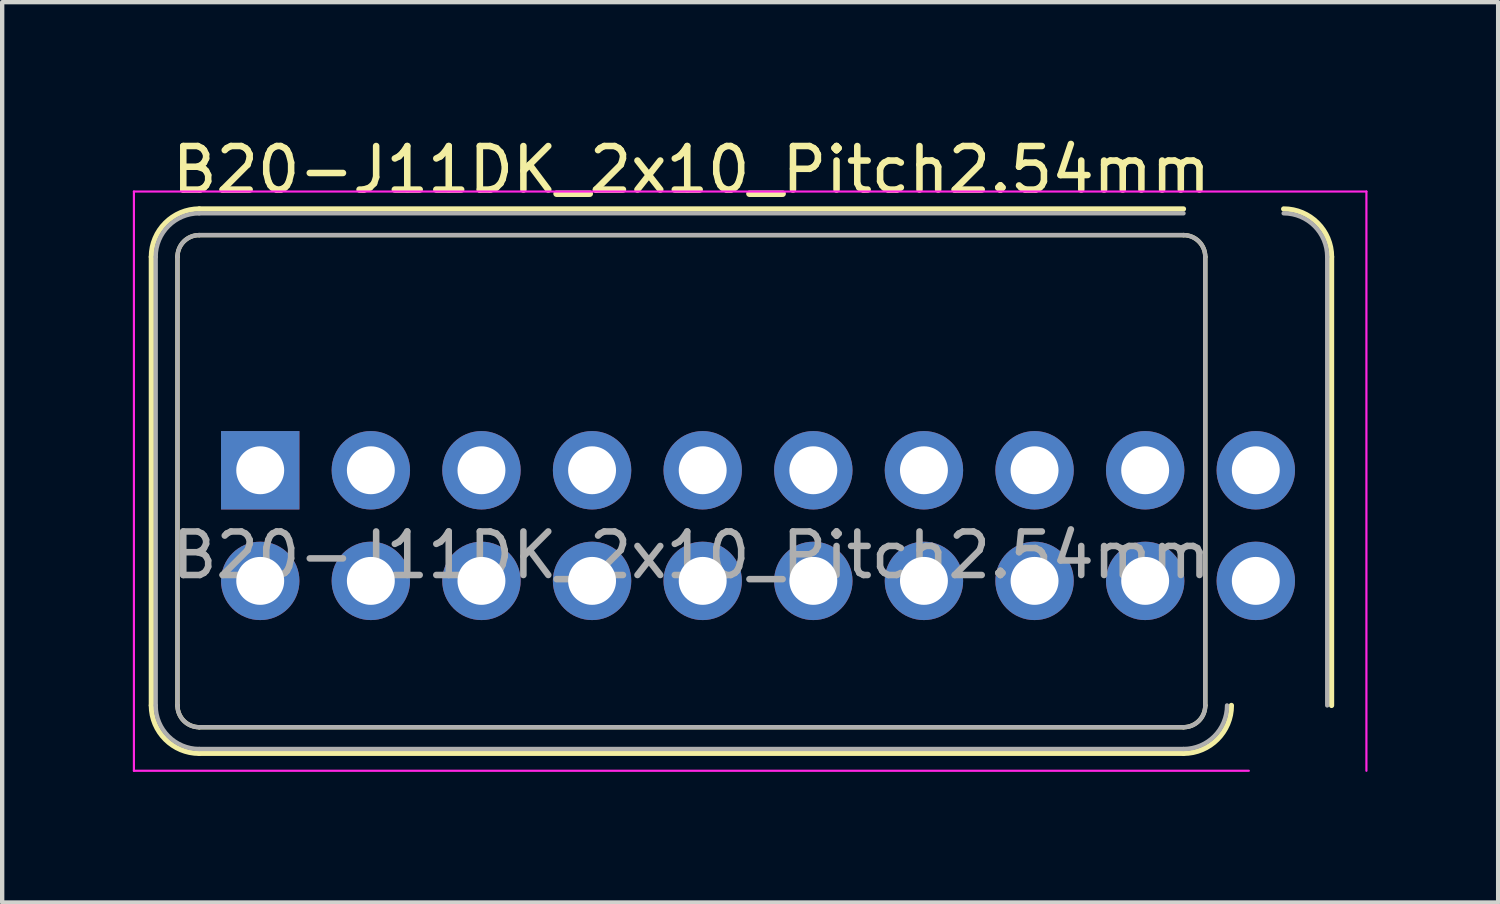
<source format=kicad_pcb>
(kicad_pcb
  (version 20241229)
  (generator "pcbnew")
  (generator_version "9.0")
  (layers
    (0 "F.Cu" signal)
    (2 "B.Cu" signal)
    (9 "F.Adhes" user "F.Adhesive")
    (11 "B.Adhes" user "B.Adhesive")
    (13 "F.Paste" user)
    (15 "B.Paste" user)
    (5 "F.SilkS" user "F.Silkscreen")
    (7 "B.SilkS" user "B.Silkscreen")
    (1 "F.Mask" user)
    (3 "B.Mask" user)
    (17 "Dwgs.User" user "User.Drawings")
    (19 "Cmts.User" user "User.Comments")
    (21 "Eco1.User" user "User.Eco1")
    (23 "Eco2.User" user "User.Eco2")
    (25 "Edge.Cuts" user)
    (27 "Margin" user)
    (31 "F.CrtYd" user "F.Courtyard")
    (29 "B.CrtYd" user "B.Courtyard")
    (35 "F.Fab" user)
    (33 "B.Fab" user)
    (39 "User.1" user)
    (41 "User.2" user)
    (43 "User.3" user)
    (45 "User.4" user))
  (footprint "B20-J11DK_2x10_Pitch2.54mm"
    (layer "F.Cu")
    (at 2.925 7.748)
    (property "Reference" "B20-J11DK_2x10_Pitch2.54mm" (at 9.9 -6.9 0) (layer "F.SilkS") (effects (font (size 1 1) (thickness 0.15))))
    (attr through_hole)
    (fp_line (start -2.5 -4.9) (end -2.5 5.4) (stroke (width 0.12) (type solid)) (layer "F.SilkS"))
    (fp_line (start -1.9 -4.9) (end -1.9 5.4) (stroke (width 0.1) (type solid)) (layer "F.SilkS"))
    (fp_line (start -1.4 -6) (end 21.2 -6) (stroke (width 0.12) (type solid)) (layer "F.SilkS"))
    (fp_line (start -1.4 -5.4) (end 21.2 -5.4) (stroke (width 0.1) (type solid)) (layer "F.SilkS"))
    (fp_line (start -1.4 5.9) (end 21.2 5.9) (stroke (width 0.1) (type solid)) (layer "F.SilkS"))
    (fp_line (start -1.4 6.5) (end 21.2 6.5) (stroke (width 0.12) (type solid)) (layer "F.SilkS"))
    (fp_line (start 21.7 -4.9) (end 21.7 5.4) (stroke (width 0.1) (type solid)) (layer "F.SilkS"))
    (fp_line (start 24.6 -4.9) (end 24.6 5.4) (stroke (width 0.12) (type solid)) (layer "F.SilkS"))
    (fp_arc (start -2.5 -4.9) (mid -2.177817 -5.677817) (end -1.4 -6) (stroke (width 0.12) (type solid)) (layer "F.SilkS"))
    (fp_arc (start -1.9 -4.9) (mid -1.753553 -5.253553) (end -1.4 -5.4) (stroke (width 0.1) (type solid)) (layer "F.SilkS"))
    (fp_arc (start -1.4 5.9) (mid -1.753553 5.753553) (end -1.9 5.4) (stroke (width 0.1) (type solid)) (layer "F.SilkS"))
    (fp_arc (start -1.4 6.5) (mid -2.177817 6.177817) (end -2.5 5.4) (stroke (width 0.12) (type solid)) (layer "F.SilkS"))
    (fp_arc (start 21.2 -5.4) (mid 21.553553 -5.253553) (end 21.7 -4.9) (stroke (width 0.1) (type solid)) (layer "F.SilkS"))
    (fp_arc (start 21.7 5.4) (mid 21.553553 5.753553) (end 21.2 5.9) (stroke (width 0.1) (type solid)) (layer "F.SilkS"))
    (fp_arc (start 22.3 5.4) (mid 21.977817 6.177817) (end 21.2 6.5) (stroke (width 0.12) (type solid)) (layer "F.SilkS"))
    (fp_arc (start 23.5 -6) (mid 24.277817 -5.677817) (end 24.6 -4.9) (stroke (width 0.12) (type solid)) (layer "F.SilkS"))
    (fp_line (start -2.9 -6.4) (end -2.9 6.9) (stroke (width 0.05) (type solid)) (layer "F.CrtYd"))
    (fp_line (start -2.9 6.9) (end 22.7 6.9) (stroke (width 0.05) (type solid)) (layer "F.CrtYd"))
    (fp_line (start 25.4 -6.4) (end -2.9 -6.4) (stroke (width 0.05) (type solid)) (layer "F.CrtYd"))
    (fp_line (start 25.4 6.9) (end 25.4 -6.4) (stroke (width 0.05) (type solid)) (layer "F.CrtYd"))
    (fp_line (start -2.4 -4.9) (end -2.4 5.4) (stroke (width 0.1) (type solid)) (layer "F.Fab"))
    (fp_line (start -1.9 -4.9) (end -1.9 5.4) (stroke (width 0.1) (type solid)) (layer "F.Fab"))
    (fp_line (start -1.4 -5.9) (end 21.2 -5.9) (stroke (width 0.1) (type solid)) (layer "F.Fab"))
    (fp_line (start -1.4 -5.4) (end 21.2 -5.4) (stroke (width 0.1) (type solid)) (layer "F.Fab"))
    (fp_line (start -1.4 5.9) (end 21.2 5.9) (stroke (width 0.1) (type solid)) (layer "F.Fab"))
    (fp_line (start -1.4 6.4) (end 21.2 6.4) (stroke (width 0.1) (type solid)) (layer "F.Fab"))
    (fp_line (start 21.7 -4.9) (end 21.7 5.4) (stroke (width 0.1) (type solid)) (layer "F.Fab"))
    (fp_line (start 24.5 -4.9) (end 24.5 5.4) (stroke (width 0.1) (type solid)) (layer "F.Fab"))
    (fp_arc (start -2.4 -4.9) (mid -2.107107 -5.607107) (end -1.4 -5.9) (stroke (width 0.1) (type solid)) (layer "F.Fab"))
    (fp_arc (start -1.9 -4.9) (mid -1.753553 -5.253553) (end -1.4 -5.4) (stroke (width 0.1) (type solid)) (layer "F.Fab"))
    (fp_arc (start -1.4 5.9) (mid -1.753553 5.753553) (end -1.9 5.4) (stroke (width 0.1) (type solid)) (layer "F.Fab"))
    (fp_arc (start -1.4 6.4) (mid -2.107107 6.107107) (end -2.4 5.4) (stroke (width 0.1) (type solid)) (layer "F.Fab"))
    (fp_arc (start 21.2 -5.4) (mid 21.553553 -5.253553) (end 21.7 -4.9) (stroke (width 0.1) (type solid)) (layer "F.Fab"))
    (fp_arc (start 21.7 5.4) (mid 21.553553 5.753553) (end 21.2 5.9) (stroke (width 0.1) (type solid)) (layer "F.Fab"))
    (fp_arc (start 22.2 5.4) (mid 21.907107 6.107107) (end 21.2 6.4) (stroke (width 0.1) (type solid)) (layer "F.Fab"))
    (fp_arc (start 23.5 -5.9) (mid 24.207107 -5.607107) (end 24.5 -4.9) (stroke (width 0.1) (type solid)) (layer "F.Fab"))
    (fp_text user "${REFERENCE}" (at 9.9 1.95 0) (layer "F.Fab") (effects (font (size 1 1) (thickness 0.15))))
    (pad "1" thru_hole rect (at 0 0) (size 1.8 1.8) (drill 1.1) (layers "*.Cu" "*.Mask"))
    (pad "2" thru_hole circle (at 0 2.54) (size 1.8 1.8) (drill 1.1) (layers "*.Cu" "*.Mask"))
    (pad "3" thru_hole circle (at 2.54 0) (size 1.8 1.8) (drill 1.1) (layers "*.Cu" "*.Mask"))
    (pad "4" thru_hole circle (at 2.54 2.54) (size 1.8 1.8) (drill 1.1) (layers "*.Cu" "*.Mask"))
    (pad "5" thru_hole circle (at 5.08 0) (size 1.8 1.8) (drill 1.1) (layers "*.Cu" "*.Mask"))
    (pad "6" thru_hole circle (at 5.08 2.54) (size 1.8 1.8) (drill 1.1) (layers "*.Cu" "*.Mask"))
    (pad "7" thru_hole circle (at 7.62 0) (size 1.8 1.8) (drill 1.1) (layers "*.Cu" "*.Mask"))
    (pad "8" thru_hole circle (at 7.62 2.54) (size 1.8 1.8) (drill 1.1) (layers "*.Cu" "*.Mask"))
    (pad "9" thru_hole circle (at 10.16 0) (size 1.8 1.8) (drill 1.1) (layers "*.Cu" "*.Mask"))
    (pad "10" thru_hole circle (at 10.16 2.54) (size 1.8 1.8) (drill 1.1) (layers "*.Cu" "*.Mask"))
    (pad "11" thru_hole circle (at 12.7 0) (size 1.8 1.8) (drill 1.1) (layers "*.Cu" "*.Mask"))
    (pad "12" thru_hole circle (at 12.7 2.54) (size 1.8 1.8) (drill 1.1) (layers "*.Cu" "*.Mask"))
    (pad "13" thru_hole circle (at 15.24 0) (size 1.8 1.8) (drill 1.1) (layers "*.Cu" "*.Mask"))
    (pad "14" thru_hole circle (at 15.24 2.54) (size 1.8 1.8) (drill 1.1) (layers "*.Cu" "*.Mask"))
    (pad "15" thru_hole circle (at 17.78 0) (size 1.8 1.8) (drill 1.1) (layers "*.Cu" "*.Mask"))
    (pad "16" thru_hole circle (at 17.78 2.54) (size 1.8 1.8) (drill 1.1) (layers "*.Cu" "*.Mask"))
    (pad "17" thru_hole circle (at 20.32 0) (size 1.8 1.8) (drill 1.1) (layers "*.Cu" "*.Mask"))
    (pad "18" thru_hole circle (at 20.32 2.54) (size 1.8 1.8) (drill 1.1) (layers "*.Cu" "*.Mask"))
    (pad "19" thru_hole circle (at 22.86 0) (size 1.8 1.8) (drill 1.1) (layers "*.Cu" "*.Mask"))
    (pad "20" thru_hole circle (at 22.86 2.54) (size 1.8 1.8) (drill 1.1) (layers "*.Cu" "*.Mask")))
  (gr_rect
    (start -3 -3)
    (end 31.35 17.673)
    (stroke (width 0.1) (type default))
    (fill no)
    (layer "Edge.Cuts")))
</source>
